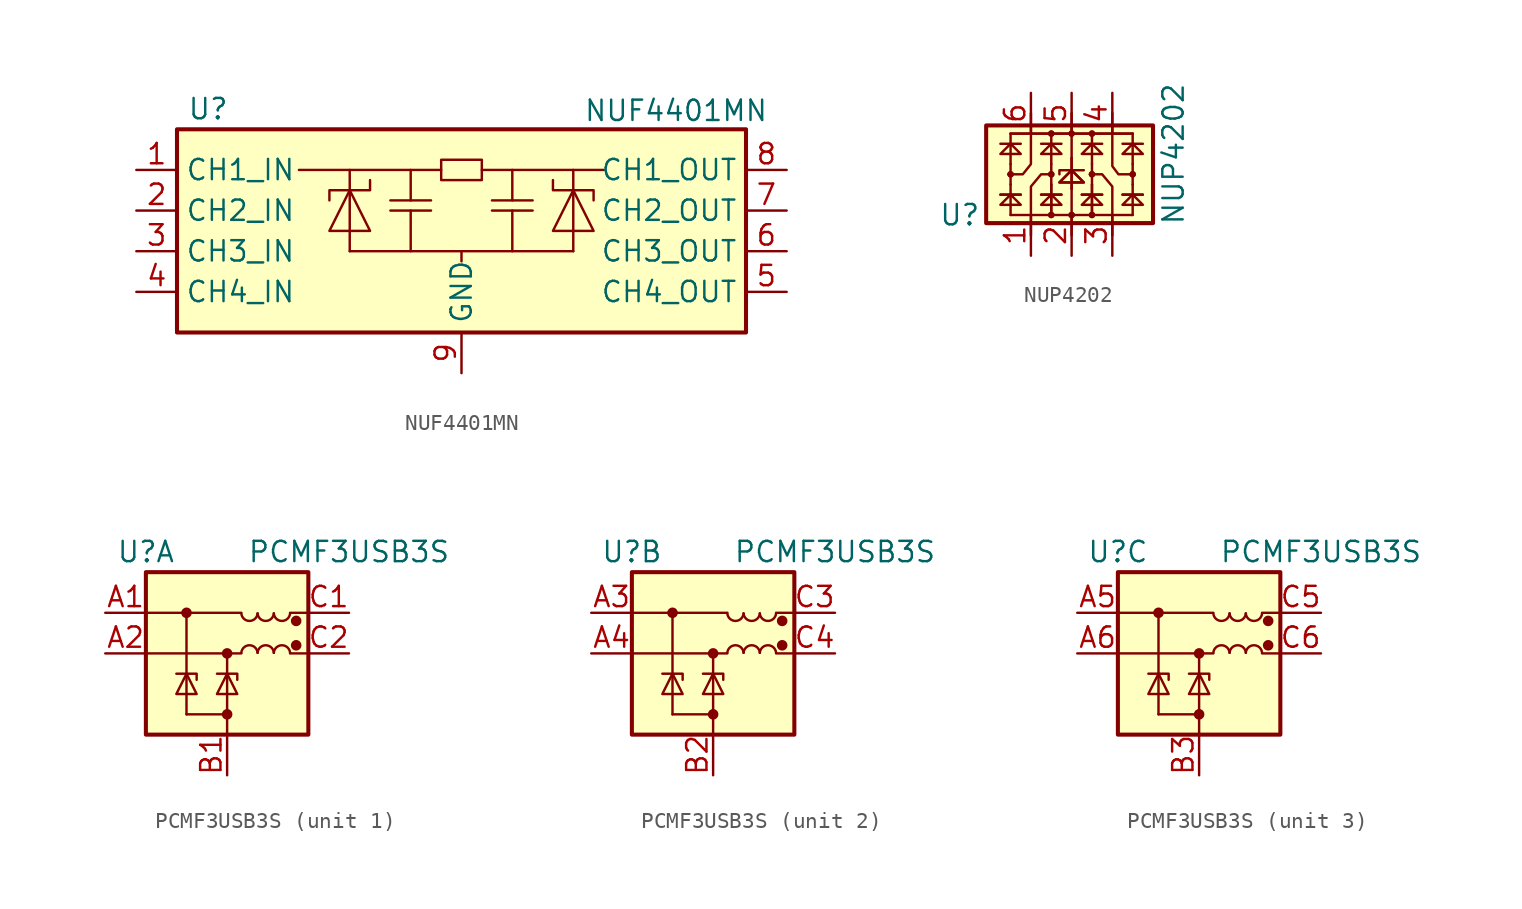
<source format=kicad_sym>
(kicad_symbol_lib
  (version 20220914)
  (generator kicad_symbol_editor)
  (symbol "NUF4401MN"
    (property "Reference" "U"
      (at -17.145 8.89 0)
      (effects (font (size 1.27 1.27)) (justify left)))
    (property "Value" "NUF4401MN"
      (at 7.62 9.525 0)
      (effects (font (size 1.27 1.27)) (justify left top)))
    (symbol "NUF4401MN_0_1"
      (rectangle (start -17.78 7.62) (end 17.78 -5.08) (stroke (width 0.254) (type default)) (fill (type background)))
      (polyline (pts (xy -6.985 0) (xy 6.985 0)) (stroke (width 0) (type default)) (fill (type none)))
      (polyline (pts (xy -6.985 3.81) (xy -6.985 5.08)) (stroke (width 0) (type default)) (fill (type none)))
      (polyline (pts (xy -4.445 3.175) (xy -1.905 3.175)) (stroke (width 0) (type default)) (fill (type none)))
      (polyline (pts (xy -3.175 2.54) (xy -3.175 0)) (stroke (width 0) (type default)) (fill (type none)))
      (polyline (pts (xy -3.175 5.08) (xy -3.175 3.175)) (stroke (width 0) (type default)) (fill (type none)))
      (polyline (pts (xy -1.905 2.54) (xy -4.445 2.54)) (stroke (width 0) (type default)) (fill (type none)))
      (polyline (pts (xy -1.27 5.08) (xy -10.16 5.08)) (stroke (width 0) (type default)) (fill (type none)))
      (polyline (pts (xy 0 0) (xy 0 -0.635)) (stroke (width 0) (type default)) (fill (type none)))
      (polyline (pts (xy 1.27 5.08) (xy 8.89 5.08)) (stroke (width 0) (type default)) (fill (type none)))
      (polyline (pts (xy 1.905 3.175) (xy 4.445 3.175)) (stroke (width 0) (type default)) (fill (type none)))
      (polyline (pts (xy 3.175 2.54) (xy 3.175 0)) (stroke (width 0) (type default)) (fill (type none)))
      (polyline (pts (xy 3.175 5.08) (xy 3.175 3.175)) (stroke (width 0) (type default)) (fill (type none)))
      (polyline (pts (xy 4.445 2.54) (xy 1.905 2.54)) (stroke (width 0) (type default)) (fill (type none)))
      (polyline (pts (xy 6.985 3.81) (xy 6.985 5.08)) (stroke (width 0) (type default)) (fill (type none)))
      (polyline (pts (xy -6.985 1.27) (xy -6.985 3.81) (xy -6.985 0)) (stroke (width 0) (type default)) (fill (type none)))
      (polyline (pts (xy 6.985 1.27) (xy 6.985 3.81) (xy 6.985 0)) (stroke (width 0) (type default)) (fill (type none)))
      (polyline (pts (xy -6.985 3.81) (xy -5.715 1.27) (xy -8.255 1.27) (xy -6.985 3.81)) (stroke (width 0) (type default)) (fill (type none)))
      (polyline (pts (xy -5.715 4.445) (xy -5.715 3.81) (xy -8.255 3.81) (xy -8.255 3.175)) (stroke (width 0) (type default)) (fill (type none)))
      (polyline (pts (xy 5.715 4.445) (xy 5.715 3.81) (xy 8.255 3.81) (xy 8.255 3.175)) (stroke (width 0) (type default)) (fill (type none)))
      (polyline (pts (xy 6.985 3.81) (xy 5.715 1.27) (xy 8.255 1.27) (xy 6.985 3.81)) (stroke (width 0) (type default)) (fill (type none)))
      (polyline (pts (xy -1.27 5.08) (xy -1.27 4.445) (xy 1.27 4.445) (xy 1.27 5.715) (xy -1.27 5.715) (xy -1.27 5.08)) (stroke (width 0) (type default)) (fill (type none))))
    (symbol "NUF4401MN_1_1"
      (pin passive line (at -20.32 5.08 0) (length 2.54) (name "CH1_IN" (effects (font (size 1.27 1.27)))) (number "1" (effects (font (size 1.27 1.27)))))
      (pin passive line (at -20.32 2.54 0) (length 2.54) (name "CH2_IN" (effects (font (size 1.27 1.27)))) (number "2" (effects (font (size 1.27 1.27)))))
      (pin passive line (at -20.32 0 0) (length 2.54) (name "CH3_IN" (effects (font (size 1.27 1.27)))) (number "3" (effects (font (size 1.27 1.27)))))
      (pin passive line (at -20.32 -2.54 0) (length 2.54) (name "CH4_IN" (effects (font (size 1.27 1.27)))) (number "4" (effects (font (size 1.27 1.27)))))
      (pin passive line (at 20.32 -2.54 180) (length 2.54) (name "CH4_OUT" (effects (font (size 1.27 1.27)))) (number "5" (effects (font (size 1.27 1.27)))))
      (pin passive line (at 20.32 0 180) (length 2.54) (name "CH3_OUT" (effects (font (size 1.27 1.27)))) (number "6" (effects (font (size 1.27 1.27)))))
      (pin passive line (at 20.32 2.54 180) (length 2.54) (name "CH2_OUT" (effects (font (size 1.27 1.27)))) (number "7" (effects (font (size 1.27 1.27)))))
      (pin passive line (at 20.32 5.08 180) (length 2.54) (name "CH1_OUT" (effects (font (size 1.27 1.27)))) (number "8" (effects (font (size 1.27 1.27)))))
      (pin power_in line (at 0 -7.62 90) (length 2.54) (name "GND" (effects (font (size 1.27 1.27)))) (number "9" (effects (font (size 1.27 1.27)))))))
  (symbol "NUP4202"
    (property "Reference" "U"
      (at -6.985 -2.54 0)
      (effects (font (size 1.27 1.27))))
    (property "Value" "NUP4202"
      (at 6.35 1.27 90)
      (effects (font (size 1.27 1.27))))
    (symbol "NUP4202_0_1"
      (rectangle (start -5.334 3.048) (end 5.08 -3.048) (stroke (width 0.254) (type default)) (fill (type background)))
      (circle (center -3.81 0) (radius 0.127) (stroke (width 0) (type default)) (fill (type none)))
      (circle (center -3.81 0) (radius 0.127) (stroke (width 0) (type default)) (fill (type none)))
      (circle (center -1.27 -2.54) (radius 0.127) (stroke (width 0) (type default)) (fill (type none)))
      (circle (center -1.27 -2.54) (radius 0.127) (stroke (width 0) (type default)) (fill (type none)))
      (circle (center -1.27 0) (radius 0.127) (stroke (width 0) (type default)) (fill (type none)))
      (circle (center -1.27 0) (radius 0.127) (stroke (width 0) (type default)) (fill (type none)))
      (circle (center -1.27 2.54) (radius 0.127) (stroke (width 0) (type default)) (fill (type none)))
      (circle (center -1.27 2.54) (radius 0.127) (stroke (width 0) (type default)) (fill (type none)))
      (circle (center 0 -2.54) (radius 0.127) (stroke (width 0) (type default)) (fill (type none)))
      (circle (center 0 -2.54) (radius 0.127) (stroke (width 0) (type default)) (fill (type none)))
      (polyline (pts (xy -4.445 -1.27) (xy -3.175 -1.27)) (stroke (width 0) (type default)) (fill (type none)))
      (polyline (pts (xy -4.445 -1.27) (xy -3.175 -1.27)) (stroke (width 0) (type default)) (fill (type none)))
      (polyline (pts (xy -4.445 1.905) (xy -3.175 1.905)) (stroke (width 0) (type default)) (fill (type none)))
      (polyline (pts (xy -3.81 -2.54) (xy -3.81 -0.635)) (stroke (width 0) (type default)) (fill (type none)))
      (polyline (pts (xy -3.81 -2.54) (xy 3.81 -2.54)) (stroke (width 0) (type default)) (fill (type none)))
      (polyline (pts (xy -3.81 -0.635) (xy -3.81 0.635)) (stroke (width 0) (type default)) (fill (type none)))
      (polyline (pts (xy -3.81 0.635) (xy -3.81 2.54)) (stroke (width 0) (type default)) (fill (type none)))
      (polyline (pts (xy -3.81 2.54) (xy 3.81 2.54)) (stroke (width 0) (type default)) (fill (type none)))
      (polyline (pts (xy -3.81 2.54) (xy 3.81 2.54)) (stroke (width 0) (type default)) (fill (type none)))
      (polyline (pts (xy -1.905 -1.27) (xy -0.635 -1.27)) (stroke (width 0) (type default)) (fill (type none)))
      (polyline (pts (xy -1.905 -1.27) (xy -0.635 -1.27)) (stroke (width 0) (type default)) (fill (type none)))
      (polyline (pts (xy -1.905 1.905) (xy -0.635 1.905)) (stroke (width 0) (type default)) (fill (type none)))
      (polyline (pts (xy -1.27 -2.54) (xy -1.27 -0.635)) (stroke (width 0) (type default)) (fill (type none)))
      (polyline (pts (xy -1.27 -2.54) (xy -1.27 -0.635)) (stroke (width 0) (type default)) (fill (type none)))
      (polyline (pts (xy -1.27 0.635) (xy -1.27 -0.635)) (stroke (width 0) (type default)) (fill (type none)))
      (polyline (pts (xy -1.27 0.635) (xy -1.27 2.54)) (stroke (width 0) (type default)) (fill (type none)))
      (polyline (pts (xy 0 -0.889) (xy 0 -3.81)) (stroke (width 0) (type default)) (fill (type none)))
      (polyline (pts (xy 0 -0.889) (xy 0 1.016)) (stroke (width 0) (type default)) (fill (type none)))
      (polyline (pts (xy 0 -0.889) (xy 0 1.016)) (stroke (width 0) (type default)) (fill (type none)))
      (polyline (pts (xy 0 1.016) (xy 0 3.81)) (stroke (width 0) (type default)) (fill (type none)))
      (polyline (pts (xy 0.635 -1.27) (xy 1.905 -1.27)) (stroke (width 0) (type default)) (fill (type none)))
      (polyline (pts (xy 0.635 -1.27) (xy 1.905 -1.27)) (stroke (width 0) (type default)) (fill (type none)))
      (polyline (pts (xy 0.635 1.905) (xy 1.905 1.905)) (stroke (width 0) (type default)) (fill (type none)))
      (polyline (pts (xy 1.27 -2.54) (xy 1.27 -0.635)) (stroke (width 0) (type default)) (fill (type none)))
      (polyline (pts (xy 1.27 -2.54) (xy 1.27 -0.635)) (stroke (width 0) (type default)) (fill (type none)))
      (polyline (pts (xy 1.27 0.635) (xy 1.27 -0.635)) (stroke (width 0) (type default)) (fill (type none)))
      (polyline (pts (xy 1.27 0.635) (xy 1.27 2.54)) (stroke (width 0) (type default)) (fill (type none)))
      (polyline (pts (xy 3.175 -1.27) (xy 4.445 -1.27)) (stroke (width 0) (type default)) (fill (type none)))
      (polyline (pts (xy 3.175 -1.27) (xy 4.445 -1.27)) (stroke (width 0) (type default)) (fill (type none)))
      (polyline (pts (xy 3.175 1.905) (xy 4.445 1.905)) (stroke (width 0) (type default)) (fill (type none)))
      (polyline (pts (xy 3.81 -2.54) (xy 3.81 -0.635)) (stroke (width 0) (type default)) (fill (type none)))
      (polyline (pts (xy 3.81 0.635) (xy 3.81 -0.635)) (stroke (width 0) (type default)) (fill (type none)))
      (polyline (pts (xy 3.81 0.635) (xy 3.81 2.54)) (stroke (width 0) (type default)) (fill (type none)))
      (polyline (pts (xy 0.762 0.254) (xy -0.762 0.254) (xy -0.762 0)) (stroke (width 0) (type default)) (fill (type none)))
      (polyline (pts (xy -4.445 -1.905) (xy -3.175 -1.905) (xy -3.81 -1.27) (xy -4.445 -1.905)) (stroke (width 0) (type default)) (fill (type none)))
      (polyline (pts (xy -4.445 1.27) (xy -3.175 1.27) (xy -3.81 1.905) (xy -4.445 1.27)) (stroke (width 0) (type default)) (fill (type none)))
      (polyline (pts (xy -2.54 -3.81) (xy -2.54 -0.762) (xy -1.905 0) (xy -1.27 0)) (stroke (width 0) (type default)) (fill (type none)))
      (polyline (pts (xy -2.54 3.81) (xy -2.54 0.635) (xy -3.048 0) (xy -3.937 0)) (stroke (width 0) (type default)) (fill (type none)))
      (polyline (pts (xy -1.905 -1.905) (xy -0.635 -1.905) (xy -1.27 -1.27) (xy -1.905 -1.905)) (stroke (width 0) (type default)) (fill (type none)))
      (polyline (pts (xy -1.905 1.27) (xy -0.635 1.27) (xy -1.27 1.905) (xy -1.905 1.27)) (stroke (width 0) (type default)) (fill (type none)))
      (polyline (pts (xy -0.762 -0.508) (xy 0.762 -0.508) (xy 0 0.254) (xy -0.762 -0.508)) (stroke (width 0) (type default)) (fill (type none)))
      (polyline (pts (xy -0.762 -0.508) (xy 0.762 -0.508) (xy 0 0.254) (xy -0.762 -0.508)) (stroke (width 0) (type default)) (fill (type none)))
      (polyline (pts (xy 0.635 -1.905) (xy 1.905 -1.905) (xy 1.27 -1.27) (xy 0.635 -1.905)) (stroke (width 0) (type default)) (fill (type none)))
      (polyline (pts (xy 0.635 1.27) (xy 1.905 1.27) (xy 1.27 1.905) (xy 0.635 1.27)) (stroke (width 0) (type default)) (fill (type none)))
      (polyline (pts (xy 2.54 -3.81) (xy 2.54 -0.762) (xy 1.905 0) (xy 1.143 0)) (stroke (width 0) (type default)) (fill (type none)))
      (polyline (pts (xy 2.54 3.81) (xy 2.54 0.508) (xy 2.921 0) (xy 3.81 0)) (stroke (width 0) (type default)) (fill (type none)))
      (polyline (pts (xy 3.175 -1.905) (xy 4.445 -1.905) (xy 3.81 -1.27) (xy 3.175 -1.905)) (stroke (width 0) (type default)) (fill (type none)))
      (polyline (pts (xy 3.175 1.27) (xy 4.445 1.27) (xy 3.81 1.905) (xy 3.175 1.27)) (stroke (width 0) (type default)) (fill (type none)))
      (circle (center 0 2.54) (radius 0.127) (stroke (width 0) (type default)) (fill (type none)))
      (circle (center 0 2.54) (radius 0.127) (stroke (width 0) (type default)) (fill (type none)))
      (circle (center 1.27 -2.54) (radius 0.127) (stroke (width 0) (type default)) (fill (type none)))
      (circle (center 1.27 -2.54) (radius 0.127) (stroke (width 0) (type default)) (fill (type none)))
      (circle (center 1.27 0) (radius 0.127) (stroke (width 0) (type default)) (fill (type none)))
      (circle (center 1.27 0) (radius 0.127) (stroke (width 0) (type default)) (fill (type none)))
      (circle (center 1.27 2.54) (radius 0.127) (stroke (width 0) (type default)) (fill (type none)))
      (circle (center 1.27 2.54) (radius 0.127) (stroke (width 0) (type default)) (fill (type none)))
      (circle (center 3.81 0) (radius 0.127) (stroke (width 0) (type default)) (fill (type none)))
      (circle (center 3.81 0) (radius 0.127) (stroke (width 0) (type default)) (fill (type none))))
    (symbol "NUP4202_1_1"
      (pin passive line (at -2.54 -5.08 90) (length 2.54) (name "~" (effects (font (size 1.27 1.27)))) (number "1" (effects (font (size 1.27 1.27)))))
      (pin passive line (at 0 -5.08 90) (length 2.54) (name "~" (effects (font (size 1.27 1.27)))) (number "2" (effects (font (size 1.27 1.27)))))
      (pin passive line (at 2.54 -5.08 90) (length 2.54) (name "~" (effects (font (size 1.27 1.27)))) (number "3" (effects (font (size 1.27 1.27)))))
      (pin passive line (at 2.54 5.08 270) (length 2.54) (name "~" (effects (font (size 1.27 1.27)))) (number "4" (effects (font (size 1.27 1.27)))))
      (pin passive line (at 0 5.08 270) (length 2.54) (name "~" (effects (font (size 1.27 1.27)))) (number "5" (effects (font (size 1.27 1.27)))))
      (pin passive line (at -2.54 5.08 270) (length 2.54) (name "~" (effects (font (size 1.27 1.27)))) (number "6" (effects (font (size 1.27 1.27)))))))
  (symbol "PCMF3USB3S"
    (pin_names
      (offset 0.025) hide)
    (property "Reference" "U"
      (at -5.08 6.35 0)
      (effects (font (size 1.27 1.27))))
    (property "Value" "PCMF3USB3S"
      (at 7.62 6.35 0)
      (effects (font (size 1.27 1.27))))
    (symbol "PCMF3USB3S_0_1"
      (rectangle (start -5.08 5.08) (end 5.08 -5.08) (stroke (width 0.254) (type default)) (fill (type background)))
      (polyline (pts (xy -5.08 0) (xy 0.889 0)) (stroke (width 0) (type default)) (fill (type none)))
      (polyline (pts (xy -5.08 2.54) (xy 0.889 2.54)) (stroke (width 0) (type default)) (fill (type none)))
      (polyline (pts (xy -2.54 2.54) (xy -2.54 -3.81)) (stroke (width 0) (type default)) (fill (type none)))
      (polyline (pts (xy 0 0) (xy 0 -5.08)) (stroke (width 0) (type default)) (fill (type none)))
      (polyline (pts (xy 5.08 0) (xy 3.937 0)) (stroke (width 0) (type default)) (fill (type none)))
      (polyline (pts (xy 5.08 2.54) (xy 3.937 2.54)) (stroke (width 0) (type default)) (fill (type none)))
      (arc (start 0.889 2.5023) (mid 1.397 2.0306) (end 1.905 2.5023) (stroke (width 0) (type default)) (fill (type none)))
      (arc (start 1.905 0.0377) (mid 1.397 0.5094) (end 0.889 0.0377) (stroke (width 0) (type default)) (fill (type none)))
      (arc (start 1.905 2.5023) (mid 2.413 2.0306) (end 2.921 2.5023) (stroke (width 0) (type default)) (fill (type none)))
      (arc (start 2.921 0.0377) (mid 2.413 0.5094) (end 1.905 0.0377) (stroke (width 0) (type default)) (fill (type none)))
      (arc (start 2.921 2.5023) (mid 3.429 2.0306) (end 3.937 2.5023) (stroke (width 0) (type default)) (fill (type none)))
      (arc (start 3.937 0.0377) (mid 3.429 0.5094) (end 2.921 0.0377) (stroke (width 0) (type default)) (fill (type none))))
    (symbol "PCMF3USB3S_1_1"
      (circle (center -2.54 2.54) (radius 0.254) (stroke (width 0) (type default)) (fill (type outline)))
      (circle (center 0 -3.81) (radius 0.254) (stroke (width 0) (type default)) (fill (type outline)))
      (polyline (pts (xy 0 -3.81) (xy -2.54 -3.81)) (stroke (width 0) (type default)) (fill (type none)))
      (polyline (pts (xy -1.905 -1.651) (xy -1.905 -1.27) (xy -3.175 -1.27)) (stroke (width 0) (type default)) (fill (type none)))
      (polyline (pts (xy 0.635 -1.651) (xy 0.635 -1.27) (xy -0.635 -1.27)) (stroke (width 0) (type default)) (fill (type none)))
      (polyline (pts (xy -3.175 -2.54) (xy -1.905 -2.54) (xy -2.54 -1.27) (xy -3.175 -2.54)) (stroke (width 0) (type default)) (fill (type none)))
      (polyline (pts (xy -0.635 -2.54) (xy 0.635 -2.54) (xy 0 -1.27) (xy -0.635 -2.54)) (stroke (width 0) (type default)) (fill (type none)))
      (circle (center 0 0) (radius 0.254) (stroke (width 0) (type default)) (fill (type outline)))
      (circle (center 4.318 0.508) (radius 0.254) (stroke (width 0) (type default)) (fill (type outline)))
      (circle (center 4.318 2.032) (radius 0.254) (stroke (width 0) (type default)) (fill (type outline)))
      (pin passive line (at -7.62 2.54 0) (length 2.54) (name "CH1_IN+" (effects (font (size 1.27 1.27)))) (number "A1" (effects (font (size 1.27 1.27)))))
      (pin passive line (at -7.62 0 0) (length 2.54) (name "CH1_IN-" (effects (font (size 1.27 1.27)))) (number "A2" (effects (font (size 1.27 1.27)))))
      (pin power_in line (at 0 -7.62 90) (length 2.54) (name "GND_CH1" (effects (font (size 1.27 1.27)))) (number "B1" (effects (font (size 1.27 1.27)))))
      (pin passive line (at 7.62 2.54 180) (length 2.54) (name "CH1_OUT+" (effects (font (size 1.27 1.27)))) (number "C1" (effects (font (size 1.27 1.27)))))
      (pin passive line (at 7.62 0 180) (length 2.54) (name "CH1_OUT-" (effects (font (size 1.27 1.27)))) (number "C2" (effects (font (size 1.27 1.27))))))
    (symbol "PCMF3USB3S_2_1"
      (circle (center -2.54 2.54) (radius 0.254) (stroke (width 0) (type default)) (fill (type outline)))
      (circle (center 0 -3.81) (radius 0.254) (stroke (width 0) (type default)) (fill (type outline)))
      (polyline (pts (xy 0 -3.81) (xy -2.54 -3.81)) (stroke (width 0) (type default)) (fill (type none)))
      (polyline (pts (xy -1.905 -1.651) (xy -1.905 -1.27) (xy -3.175 -1.27)) (stroke (width 0) (type default)) (fill (type none)))
      (polyline (pts (xy 0.635 -1.651) (xy 0.635 -1.27) (xy -0.635 -1.27)) (stroke (width 0) (type default)) (fill (type none)))
      (polyline (pts (xy -3.175 -2.54) (xy -1.905 -2.54) (xy -2.54 -1.27) (xy -3.175 -2.54)) (stroke (width 0) (type default)) (fill (type none)))
      (polyline (pts (xy -0.635 -2.54) (xy 0.635 -2.54) (xy 0 -1.27) (xy -0.635 -2.54)) (stroke (width 0) (type default)) (fill (type none)))
      (circle (center 0 0) (radius 0.254) (stroke (width 0) (type default)) (fill (type outline)))
      (circle (center 4.318 0.508) (radius 0.254) (stroke (width 0) (type default)) (fill (type outline)))
      (circle (center 4.318 2.032) (radius 0.254) (stroke (width 0) (type default)) (fill (type outline)))
      (pin passive line (at -7.62 2.54 0) (length 2.54) (name "CH2_IN+" (effects (font (size 1.27 1.27)))) (number "A3" (effects (font (size 1.27 1.27)))))
      (pin passive line (at -7.62 0 0) (length 2.54) (name "CH2_IN-" (effects (font (size 1.27 1.27)))) (number "A4" (effects (font (size 1.27 1.27)))))
      (pin power_in line (at 0 -7.62 90) (length 2.54) (name "GND_CH2" (effects (font (size 1.27 1.27)))) (number "B2" (effects (font (size 1.27 1.27)))))
      (pin passive line (at 7.62 2.54 180) (length 2.54) (name "CH2_OUT+" (effects (font (size 1.27 1.27)))) (number "C3" (effects (font (size 1.27 1.27)))))
      (pin passive line (at 7.62 0 180) (length 2.54) (name "CH2_OUT-" (effects (font (size 1.27 1.27)))) (number "C4" (effects (font (size 1.27 1.27))))))
    (symbol "PCMF3USB3S_3_1"
      (circle (center -2.54 2.54) (radius 0.254) (stroke (width 0) (type default)) (fill (type outline)))
      (circle (center 0 -3.81) (radius 0.254) (stroke (width 0) (type default)) (fill (type outline)))
      (polyline (pts (xy 0 -3.81) (xy -2.54 -3.81)) (stroke (width 0) (type default)) (fill (type none)))
      (polyline (pts (xy -1.905 -1.651) (xy -1.905 -1.27) (xy -3.175 -1.27)) (stroke (width 0) (type default)) (fill (type none)))
      (polyline (pts (xy 0.635 -1.651) (xy 0.635 -1.27) (xy -0.635 -1.27)) (stroke (width 0) (type default)) (fill (type none)))
      (polyline (pts (xy -3.175 -2.54) (xy -1.905 -2.54) (xy -2.54 -1.27) (xy -3.175 -2.54)) (stroke (width 0) (type default)) (fill (type none)))
      (polyline (pts (xy -0.635 -2.54) (xy 0.635 -2.54) (xy 0 -1.27) (xy -0.635 -2.54)) (stroke (width 0) (type default)) (fill (type none)))
      (circle (center 0 0) (radius 0.254) (stroke (width 0) (type default)) (fill (type outline)))
      (circle (center 4.318 0.508) (radius 0.254) (stroke (width 0) (type default)) (fill (type outline)))
      (circle (center 4.318 2.032) (radius 0.254) (stroke (width 0) (type default)) (fill (type outline)))
      (pin passive line (at -7.62 2.54 0) (length 2.54) (name "CH3_IN+" (effects (font (size 1.27 1.27)))) (number "A5" (effects (font (size 1.27 1.27)))))
      (pin passive line (at -7.62 0 0) (length 2.54) (name "CH3_IN-" (effects (font (size 1.27 1.27)))) (number "A6" (effects (font (size 1.27 1.27)))))
      (pin power_in line (at 0 -7.62 90) (length 2.54) (name "GND_CH3" (effects (font (size 1.27 1.27)))) (number "B3" (effects (font (size 1.27 1.27)))))
      (pin passive line (at 7.62 2.54 180) (length 2.54) (name "CH3_OUT+" (effects (font (size 1.27 1.27)))) (number "C5" (effects (font (size 1.27 1.27)))))
      (pin passive line (at 7.62 0 180) (length 2.54) (name "CH3_OUT-" (effects (font (size 1.27 1.27)))) (number "C6" (effects (font (size 1.27 1.27))))))))
</source>
